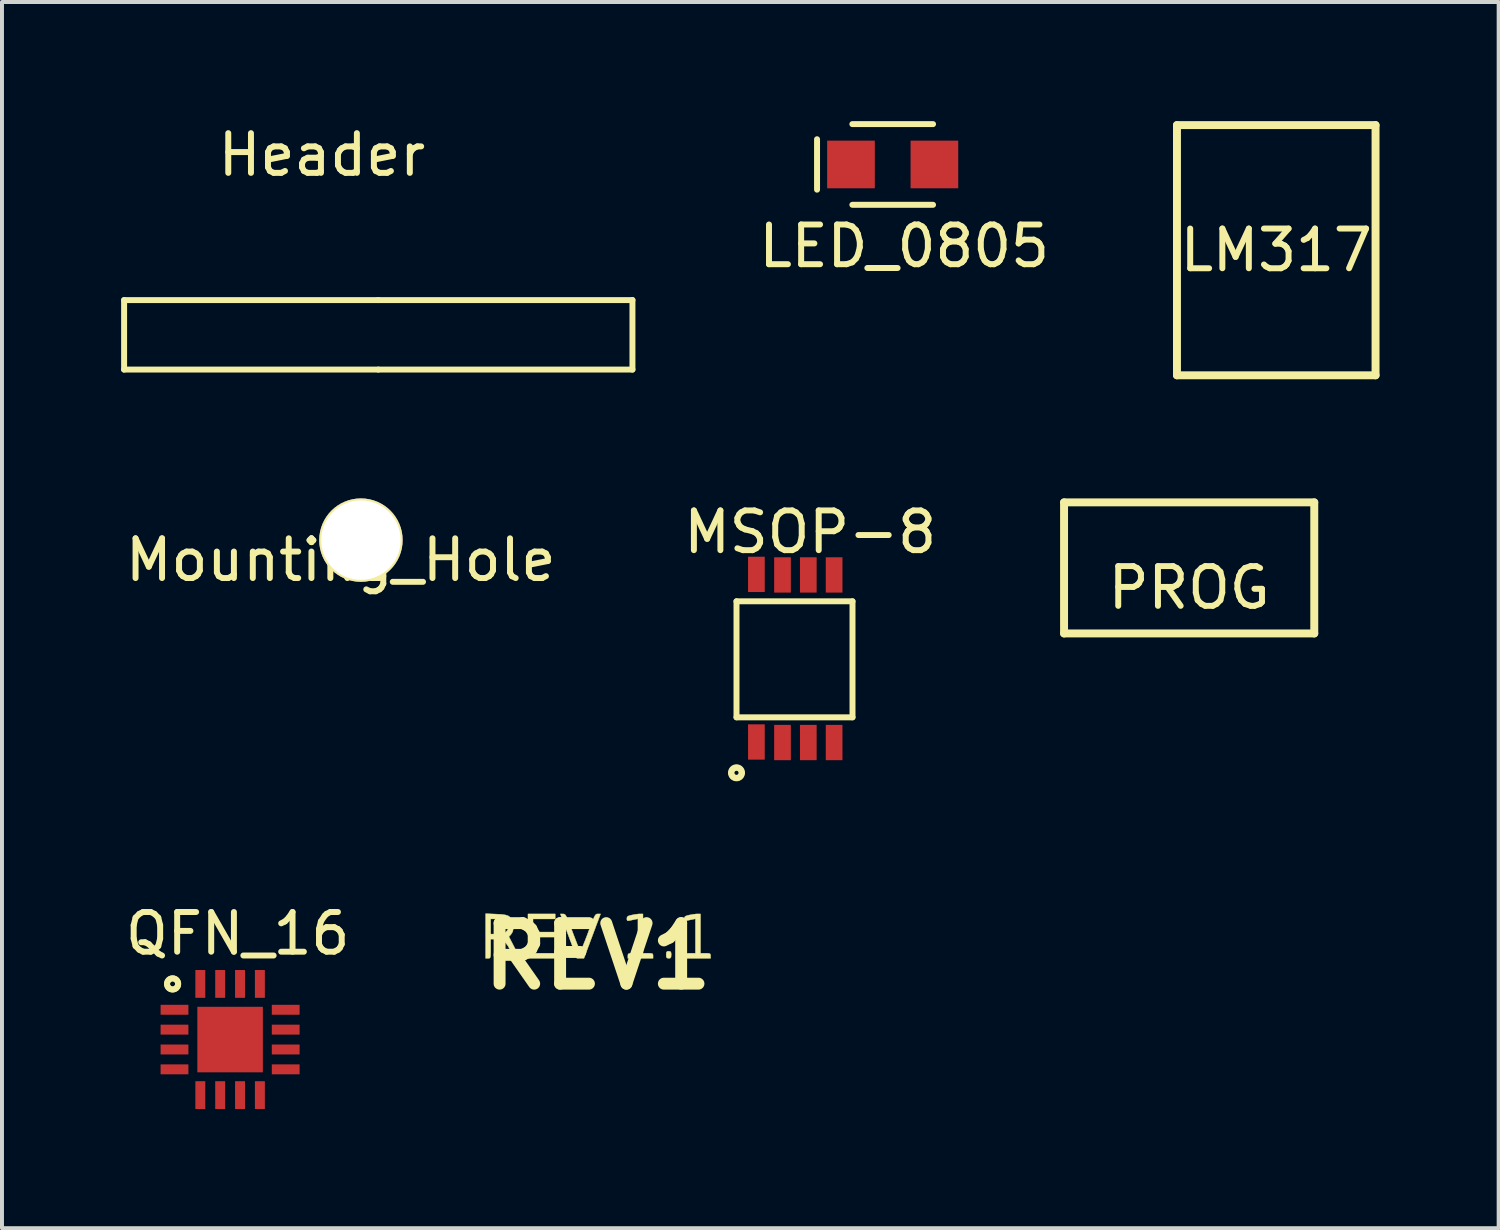
<source format=kicad_pcb>
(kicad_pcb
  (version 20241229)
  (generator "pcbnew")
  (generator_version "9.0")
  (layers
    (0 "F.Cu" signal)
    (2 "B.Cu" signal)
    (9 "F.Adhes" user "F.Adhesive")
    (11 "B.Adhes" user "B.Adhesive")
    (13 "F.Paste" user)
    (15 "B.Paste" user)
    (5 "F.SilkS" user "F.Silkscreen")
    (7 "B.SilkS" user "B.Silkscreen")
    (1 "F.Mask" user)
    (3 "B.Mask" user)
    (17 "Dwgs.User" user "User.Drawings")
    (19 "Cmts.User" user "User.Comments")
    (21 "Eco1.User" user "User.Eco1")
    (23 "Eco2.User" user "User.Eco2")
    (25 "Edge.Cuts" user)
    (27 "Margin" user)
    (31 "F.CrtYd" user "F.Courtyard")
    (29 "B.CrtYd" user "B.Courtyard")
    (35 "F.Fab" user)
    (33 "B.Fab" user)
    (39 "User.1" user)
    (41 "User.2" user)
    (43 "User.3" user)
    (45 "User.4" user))
  (footprint "LED_0805"
    (layer "F.Cu")
    (at 19.428 1.091)
    (property "Reference" "LED_0805" (at 0.29 2.057 0) (layer "F.SilkS") (effects (font (size 1 1) (thickness 0.15))))
    (attr through_hole)
    (fp_line (start -1.905 -0.635) (end -1.905 0.635) (stroke (width 0.15) (type solid)) (layer "F.SilkS"))
    (fp_line (start -1.016 -1.016) (end 1.016 -1.016) (stroke (width 0.15) (type solid)) (layer "F.SilkS"))
    (fp_line (start -1.016 1.016) (end 1.016 1.016) (stroke (width 0.15) (type solid)) (layer "F.SilkS"))
    (pad "1" smd rect (at -1.05 0) (size 1.2 1.2) (layers "F.Cu" "F.Mask" "F.Paste"))
    (pad "2" smd rect (at 1.05 0) (size 1.2 1.2) (layers "F.Cu" "F.Mask" "F.Paste")))
  (footprint "LM317"
    (layer "F.Cu")
    (at 29.086 3.25)
    (property "Reference" "LM317" (at 0 0 0) (layer "F.SilkS") (effects (font (size 1 1) (thickness 0.15))))
    (attr through_hole)
    (fp_line (start -2.5 -3.15) (end 2.5 -3.15) (stroke (width 0.2) (type solid)) (layer "F.SilkS"))
    (fp_line (start -2.5 3.15) (end -2.5 -3.15) (stroke (width 0.2) (type solid)) (layer "F.SilkS"))
    (fp_line (start 2.5 -3.15) (end 2.5 3.15) (stroke (width 0.2) (type solid)) (layer "F.SilkS"))
    (fp_line (start 2.5 3.15) (end -2.5 3.15) (stroke (width 0.2) (type solid)) (layer "F.SilkS")))
  (footprint "REV1"
    (layer "F.Cu")
    (at 11.997 21.029)
    (property "Reference" "REV1" (at 0 0 0) (layer "F.SilkS") (effects (font (size 1.524 1.524) (thickness 0.3))))
    (attr through_hole)
    (fp_poly (pts (xy -1.067 -0.94) (xy -1.626 -0.94) (xy -1.626 -0.61) (xy -1.067 -0.61) (xy -1.067 -0.483) (xy -1.626 -0.483) (xy -1.626 -0.076) (xy -1.041 -0.076) (xy -1.041 0.051) (xy -1.753 0.051) (xy -1.753 -1.067) (xy -1.067 -1.067) (xy -1.067 -0.94)) (stroke (width 0.01) (type solid)) (fill yes) (layer "F.SilkS"))
    (fp_poly (pts (xy 1.834 -0.12) (xy 1.851 -0.09) (xy 1.854 -0.038) (xy 1.849 0.022) (xy 1.828 0.047) (xy 1.791 0.051) (xy 1.748 0.044) (xy 1.73 0.014) (xy 1.727 -0.038) (xy 1.732 -0.098) (xy 1.753 -0.123) (xy 1.791 -0.127) (xy 1.834 -0.12)) (stroke (width 0.01) (type solid)) (fill yes) (layer "F.SilkS"))
    (fp_poly (pts (xy 1.143 -0.076) (xy 1.27 -0.076) (xy 1.345 -0.074) (xy 1.383 -0.064) (xy 1.396 -0.038) (xy 1.397 -0.013) (xy 1.397 0.051) (xy 0.762 0.051) (xy 0.762 -0.013) (xy 0.766 -0.05) (xy 0.787 -0.069) (xy 0.838 -0.076) (xy 0.889 -0.076) (xy 1.016 -0.076) (xy 1.016 -0.944) (xy 0.933 -0.927) (xy 0.856 -0.911) (xy 0.794 -0.897) (xy 0.751 -0.895) (xy 0.737 -0.927) (xy 0.737 -0.948) (xy 0.743 -0.987) (xy 0.769 -1.012) (xy 0.828 -1.031) (xy 0.865 -1.039) (xy 0.956 -1.056) (xy 1.039 -1.066) (xy 1.068 -1.067) (xy 1.143 -1.067) (xy 1.143 -0.076)) (stroke (width 0.01) (type solid)) (fill yes) (layer "F.SilkS"))
    (fp_poly (pts (xy 2.591 -0.076) (xy 2.718 -0.076) (xy 2.793 -0.074) (xy 2.831 -0.064) (xy 2.844 -0.038) (xy 2.845 -0.013) (xy 2.845 0.051) (xy 2.21 0.051) (xy 2.21 -0.013) (xy 2.214 -0.05) (xy 2.235 -0.069) (xy 2.286 -0.076) (xy 2.337 -0.076) (xy 2.464 -0.076) (xy 2.464 -0.944) (xy 2.381 -0.927) (xy 2.304 -0.911) (xy 2.242 -0.897) (xy 2.199 -0.895) (xy 2.185 -0.927) (xy 2.184 -0.948) (xy 2.19 -0.987) (xy 2.217 -1.012) (xy 2.276 -1.031) (xy 2.313 -1.039) (xy 2.404 -1.056) (xy 2.487 -1.066) (xy 2.516 -1.067) (xy 2.591 -1.067) (xy 2.591 -0.076)) (stroke (width 0.01) (type solid)) (fill yes) (layer "F.SilkS"))
    (fp_poly (pts (xy -0.869 -1.066) (xy -0.845 -1.064) (xy -0.823 -1.054) (xy -0.802 -1.029) (xy -0.777 -0.984) (xy -0.745 -0.911) (xy -0.704 -0.806) (xy -0.649 -0.662) (xy -0.625 -0.597) (xy -0.57 -0.453) (xy -0.521 -0.327) (xy -0.479 -0.226) (xy -0.449 -0.157) (xy -0.433 -0.128) (xy -0.432 -0.127) (xy -0.418 -0.15) (xy -0.39 -0.213) (xy -0.35 -0.309) (xy -0.301 -0.432) (xy -0.247 -0.573) (xy -0.239 -0.597) (xy -0.179 -0.757) (xy -0.133 -0.876) (xy -0.098 -0.96) (xy -0.071 -1.015) (xy -0.048 -1.047) (xy -0.027 -1.062) (xy -0.004 -1.066) (xy 0.006 -1.066) (xy 0.075 -1.067) (xy 0.006 -0.882) (xy -0.029 -0.791) (xy -0.075 -0.666) (xy -0.129 -0.522) (xy -0.185 -0.374) (xy -0.203 -0.324) (xy -0.343 0.05) (xy -0.521 0.05) (xy -0.66 -0.324) (xy -0.715 -0.471) (xy -0.77 -0.618) (xy -0.82 -0.751) (xy -0.859 -0.855) (xy -0.869 -0.882) (xy -0.938 -1.067) (xy -0.869 -1.066)) (stroke (width 0.01) (type solid)) (fill yes) (layer "F.SilkS"))
    (fp_poly (pts (xy -2.559 -1.062) (xy -2.423 -1.055) (xy -2.327 -1.042) (xy -2.262 -1.023) (xy -2.23 -1.007) (xy -2.163 -0.934) (xy -2.124 -0.834) (xy -2.115 -0.724) (xy -2.138 -0.619) (xy -2.182 -0.548) (xy -2.233 -0.494) (xy -2.093 -0.222) (xy -1.953 0.051) (xy -2.026 0.051) (xy -2.065 0.046) (xy -2.097 0.026) (xy -2.129 -0.02) (xy -2.172 -0.101) (xy -2.186 -0.13) (xy -2.256 -0.261) (xy -2.323 -0.35) (xy -2.396 -0.403) (xy -2.483 -0.428) (xy -2.555 -0.432) (xy -2.692 -0.432) (xy -2.692 -0.191) (xy -2.693 -0.079) (xy -2.696 -0.008) (xy -2.704 0.031) (xy -2.719 0.047) (xy -2.745 0.051) (xy -2.756 0.051) (xy -2.819 0.051) (xy -2.819 -0.94) (xy -2.692 -0.94) (xy -2.692 -0.559) (xy -2.526 -0.559) (xy -2.43 -0.562) (xy -2.368 -0.573) (xy -2.324 -0.598) (xy -2.298 -0.621) (xy -2.254 -0.683) (xy -2.235 -0.747) (xy -2.235 -0.749) (xy -2.253 -0.813) (xy -2.295 -0.875) (xy -2.298 -0.877) (xy -2.34 -0.912) (xy -2.389 -0.931) (xy -2.462 -0.939) (xy -2.526 -0.94) (xy -2.692 -0.94) (xy -2.819 -0.94) (xy -2.819 -1.073) (xy -2.559 -1.062)) (stroke (width 0.01) (type solid)) (fill yes) (layer "F.SilkS")))
  (footprint "MSOP-8"
    (layer "F.Cu")
    (at 16.97 13.523)
    (property "Reference" "MSOP-8" (at 0.381 -3.175 0) (layer "F.SilkS") (effects (font (size 1 1) (thickness 0.15))))
    (attr through_hole)
    (fp_line (start -1.475 -1.432) (end 1.446 -1.432) (stroke (width 0.15) (type solid)) (layer "F.SilkS"))
    (fp_line (start -1.475 1.489) (end -1.475 -1.432) (stroke (width 0.15) (type solid)) (layer "F.SilkS"))
    (fp_line (start 1.446 -1.432) (end 1.446 1.489) (stroke (width 0.15) (type solid)) (layer "F.SilkS"))
    (fp_line (start 1.446 1.489) (end -1.475 1.489) (stroke (width 0.15) (type solid)) (layer "F.SilkS"))
    (fp_circle (center -1.475 2.886) (end -1.411 2.886) (stroke (width 0.15) (type solid)) (fill no) (layer "F.SilkS"))
    (fp_circle (center -1.475 2.886) (end -1.348 2.886) (stroke (width 0.15) (type solid)) (fill no) (layer "F.SilkS"))
    (pad "1" smd rect (at -0.974 2.11) (size 0.42 0.889) (layers "F.Cu" "F.Mask" "F.Paste"))
    (pad "2" smd rect (at -0.317 2.124) (size 0.42 0.889) (layers "F.Cu" "F.Mask" "F.Paste"))
    (pad "3" smd rect (at 0.333 2.124) (size 0.42 0.889) (layers "F.Cu" "F.Mask" "F.Paste"))
    (pad "4" smd rect (at 0.983 2.124) (size 0.42 0.889) (layers "F.Cu" "F.Mask" "F.Paste"))
    (pad "5" smd rect (at 0.983 -2.096) (size 0.42 0.889) (layers "F.Cu" "F.Mask" "F.Paste"))
    (pad "6" smd rect (at 0.333 -2.096) (size 0.42 0.889) (layers "F.Cu" "F.Mask" "F.Paste"))
    (pad "7" smd rect (at -0.317 -2.096) (size 0.42 0.889) (layers "F.Cu" "F.Mask" "F.Paste"))
    (pad "8" smd rect (at -0.974 -2.11) (size 0.42 0.889) (layers "F.Cu" "F.Mask" "F.Paste")))
  (footprint "Header"
    (layer "F.Cu")
    (at 6.475 4.506)
    (property "Reference" "Header" (at -1.42 -3.658 0) (layer "F.SilkS") (effects (font (size 1 1) (thickness 0.15))))
    (attr through_hole)
    (fp_line (start -6.4 0) (end -6.4 1.75) (stroke (width 0.15) (type solid)) (layer "F.SilkS"))
    (fp_line (start 0 0) (end -6.4 0) (stroke (width 0.15) (type solid)) (layer "F.SilkS"))
    (fp_line (start 0 0) (end 6.4 0) (stroke (width 0.15) (type solid)) (layer "F.SilkS"))
    (fp_line (start 0 1.75) (end -6.4 1.75) (stroke (width 0.15) (type solid)) (layer "F.SilkS"))
    (fp_line (start 6.4 0) (end 6.4 1.75) (stroke (width 0.15) (type solid)) (layer "F.SilkS"))
    (fp_line (start 6.4 1.75) (end 0 1.75) (stroke (width 0.15) (type solid)) (layer "F.SilkS")))
  (footprint "QFN_16"
    (layer "F.Cu")
    (at 2.744 23.126)
    (property "Reference" "QFN_16" (at 0.191 -2.667 0) (layer "F.SilkS") (effects (font (size 1 1) (thickness 0.15))))
    (attr through_hole)
    (fp_circle (center -1.448 -1.401) (end -1.448 -1.338) (stroke (width 0.15) (type solid)) (fill no) (layer "F.SilkS"))
    (fp_circle (center -1.448 -1.401) (end -1.385 -1.274) (stroke (width 0.15) (type solid)) (fill no) (layer "F.SilkS"))
    (pad "1" smd trapezoid (at -1.4 -0.75 0.02) (size 0.7 0.25) (layers "F.Cu" "F.Mask" "F.Paste"))
    (pad "2" smd rect (at -1.4 -0.25) (size 0.7 0.25) (layers "F.Cu" "F.Mask" "F.Paste"))
    (pad "3" smd rect (at -1.4 0.25) (size 0.7 0.25) (layers "F.Cu" "F.Mask" "F.Paste"))
    (pad "4" smd rect (at -1.4 0.75) (size 0.7 0.25) (layers "F.Cu" "F.Mask" "F.Paste"))
    (pad "5" smd rect (at -0.75 1.399) (size 0.25 0.7) (layers "F.Cu" "F.Mask" "F.Paste"))
    (pad "6" smd rect (at -0.25 1.399) (size 0.25 0.7) (layers "F.Cu" "F.Mask" "F.Paste"))
    (pad "7" smd rect (at 0.25 1.399) (size 0.25 0.7) (layers "F.Cu" "F.Mask" "F.Paste"))
    (pad "8" smd rect (at 0.75 1.399) (size 0.25 0.7) (layers "F.Cu" "F.Mask" "F.Paste"))
    (pad "9" smd rect (at 1.4 0.75) (size 0.7 0.25) (layers "F.Cu" "F.Mask" "F.Paste"))
    (pad "10" smd rect (at 1.4 0.25) (size 0.7 0.25) (layers "F.Cu" "F.Mask" "F.Paste"))
    (pad "11" smd rect (at 1.4 -0.25) (size 0.7 0.25) (layers "F.Cu" "F.Mask" "F.Paste"))
    (pad "12" smd rect (at 1.4 -0.75) (size 0.7 0.25) (layers "F.Cu" "F.Mask" "F.Paste"))
    (pad "13" smd rect (at 0.75 -1.401) (size 0.25 0.7) (layers "F.Cu" "F.Mask" "F.Paste"))
    (pad "14" smd rect (at 0.25 -1.401) (size 0.25 0.7) (layers "F.Cu" "F.Mask" "F.Paste"))
    (pad "15" smd rect (at -0.25 -1.401) (size 0.25 0.7) (layers "F.Cu" "F.Mask" "F.Paste"))
    (pad "16" smd rect (at -0.75 -1.401) (size 0.25 0.7) (layers "F.Cu" "F.Mask" "F.Paste"))
    (pad "17" smd rect (at 0 0) (size 1.65 1.65) (layers "F.Cu" "F.Mask" "F.Paste")))
  (footprint "PROG"
    (layer "F.Cu")
    (at 26.893 11.25)
    (property "Reference" "PROG" (at 0 0.5 0) (layer "F.SilkS") (effects (font (size 1 1) (thickness 0.15))))
    (attr through_hole)
    (fp_line (start -3.15 -1.65) (end 3.15 -1.65) (stroke (width 0.2) (type solid)) (layer "F.SilkS"))
    (fp_line (start -3.15 1.65) (end -3.15 -1.65) (stroke (width 0.2) (type solid)) (layer "F.SilkS"))
    (fp_line (start 3.15 -1.65) (end 3.15 1.65) (stroke (width 0.2) (type solid)) (layer "F.SilkS"))
    (fp_line (start 3.15 1.65) (end -3.15 1.65) (stroke (width 0.2) (type solid)) (layer "F.SilkS")))
  (footprint "Mounting_Hole"
    (layer "F.Cu")
    (at 6.038 10.55)
    (property "Reference" "Mounting_Hole" (at -0.508 0.5 0) (layer "F.SilkS") (effects (font (size 1 1) (thickness 0.15))))
    (attr through_hole)
    (pad "" np_thru_hole circle (at 0 0) (size 2.1 2.1) (drill 2) (layers "*.Cu" "*.Mask" "F.SilkS")))
  (gr_rect
    (start -3 -3)
    (end 34.686 27.875)
    (stroke (width 0.1) (type default))
    (fill no)
    (layer "Edge.Cuts")))
</source>
